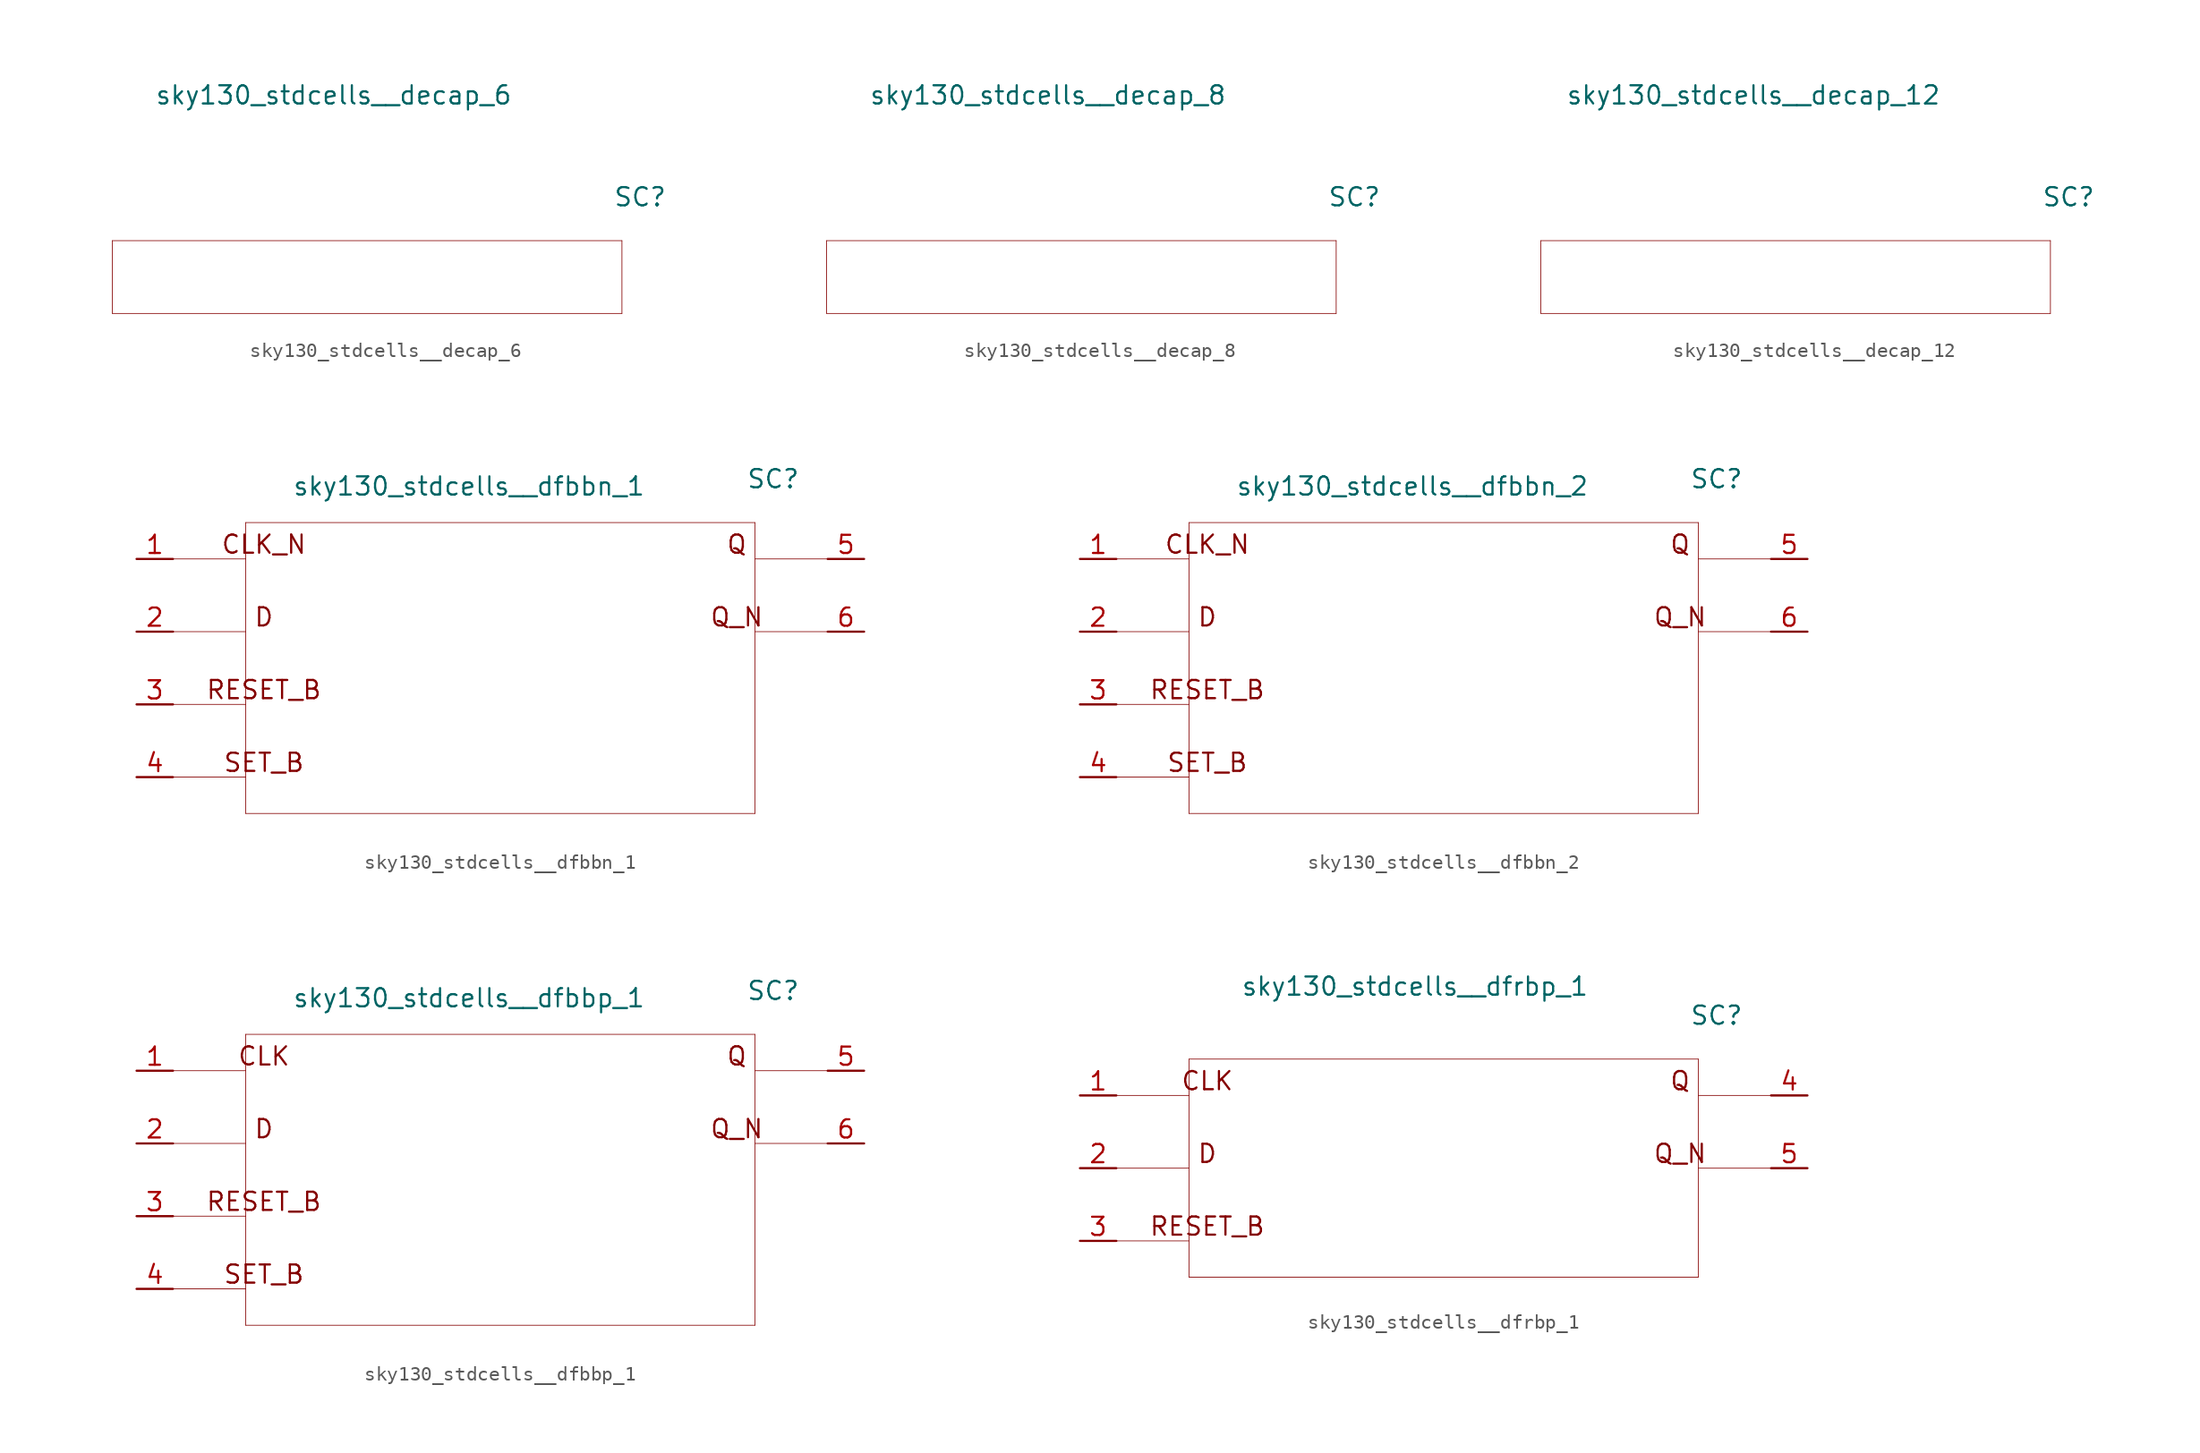
<source format=kicad_sym>
(kicad_symbol_lib
  (version 20211014)
  (generator kicad_symbol_editor)
  (symbol "sky130_stdcells__decap_6"
    (pin_names hide)
    (property "Reference" "SC"
      (at 19.05 5.588 0)
      (effects (font (size 1.27 1.27))))
    (property "Value" "sky130_stdcells__decap_6"
      (at 10.16 12.7 0)
      (effects (font (size 1.27 1.27)) (justify right)))
    (symbol "sky130_stdcells__decap_6_0_0"
      (polyline (pts (xy -17.78 -2.54) (xy 17.78 -2.54)) (stroke (width 0.051) (type default) (color 0 0 0 0)) (fill (type none)))
      (polyline (pts (xy -17.78 2.54) (xy -17.78 -2.54)) (stroke (width 0.051) (type default) (color 0 0 0 0)) (fill (type none)))
      (polyline (pts (xy -17.78 2.54) (xy 17.78 2.54)) (stroke (width 0.051) (type default) (color 0 0 0 0)) (fill (type none)))
      (polyline (pts (xy 17.78 2.54) (xy 17.78 -2.54)) (stroke (width 0.051) (type default) (color 0 0 0 0)) (fill (type none)))))
  (symbol "sky130_stdcells__decap_8"
    (pin_names hide)
    (property "Reference" "SC"
      (at 19.05 5.588 0)
      (effects (font (size 1.27 1.27))))
    (property "Value" "sky130_stdcells__decap_8"
      (at 10.16 12.7 0)
      (effects (font (size 1.27 1.27)) (justify right)))
    (symbol "sky130_stdcells__decap_8_0_0"
      (polyline (pts (xy -17.78 -2.54) (xy 17.78 -2.54)) (stroke (width 0.051) (type default) (color 0 0 0 0)) (fill (type none)))
      (polyline (pts (xy -17.78 2.54) (xy -17.78 -2.54)) (stroke (width 0.051) (type default) (color 0 0 0 0)) (fill (type none)))
      (polyline (pts (xy -17.78 2.54) (xy 17.78 2.54)) (stroke (width 0.051) (type default) (color 0 0 0 0)) (fill (type none)))
      (polyline (pts (xy 17.78 2.54) (xy 17.78 -2.54)) (stroke (width 0.051) (type default) (color 0 0 0 0)) (fill (type none)))))
  (symbol "sky130_stdcells__decap_12"
    (pin_names hide)
    (property "Reference" "SC"
      (at 19.05 5.588 0)
      (effects (font (size 1.27 1.27))))
    (property "Value" "sky130_stdcells__decap_12"
      (at 10.16 12.7 0)
      (effects (font (size 1.27 1.27)) (justify right)))
    (symbol "sky130_stdcells__decap_12_0_0"
      (polyline (pts (xy -17.78 -2.54) (xy 17.78 -2.54)) (stroke (width 0.051) (type default) (color 0 0 0 0)) (fill (type none)))
      (polyline (pts (xy -17.78 2.54) (xy -17.78 -2.54)) (stroke (width 0.051) (type default) (color 0 0 0 0)) (fill (type none)))
      (polyline (pts (xy -17.78 2.54) (xy 17.78 2.54)) (stroke (width 0.051) (type default) (color 0 0 0 0)) (fill (type none)))
      (polyline (pts (xy 17.78 2.54) (xy 17.78 -2.54)) (stroke (width 0.051) (type default) (color 0 0 0 0)) (fill (type none)))))
  (symbol "sky130_stdcells__dfbbn_1"
    (pin_names hide)
    (property "Reference" "SC"
      (at 19.05 13.208 0)
      (effects (font (size 1.27 1.27))))
    (property "Value" "sky130_stdcells__dfbbn_1"
      (at 10.16 12.7 0)
      (effects (font (size 1.27 1.27)) (justify right)))
    (symbol "sky130_stdcells__dfbbn_1_0_0"
      (polyline (pts (xy -22.86 -7.62) (xy -17.78 -7.62)) (stroke (width 0.051) (type default) (color 0 0 0 0)) (fill (type none)))
      (polyline (pts (xy -22.86 -2.54) (xy -17.78 -2.54)) (stroke (width 0.051) (type default) (color 0 0 0 0)) (fill (type none)))
      (polyline (pts (xy -22.86 2.54) (xy -17.78 2.54)) (stroke (width 0.051) (type default) (color 0 0 0 0)) (fill (type none)))
      (polyline (pts (xy -22.86 7.62) (xy -17.78 7.62)) (stroke (width 0.051) (type default) (color 0 0 0 0)) (fill (type none)))
      (polyline (pts (xy -17.78 -10.16) (xy 17.78 -10.16)) (stroke (width 0.051) (type default) (color 0 0 0 0)) (fill (type none)))
      (polyline (pts (xy -17.78 10.16) (xy -17.78 -10.16)) (stroke (width 0.051) (type default) (color 0 0 0 0)) (fill (type none)))
      (polyline (pts (xy -17.78 10.16) (xy 17.78 10.16)) (stroke (width 0.051) (type default) (color 0 0 0 0)) (fill (type none)))
      (polyline (pts (xy 17.78 2.54) (xy 22.86 2.54)) (stroke (width 0.051) (type default) (color 0 0 0 0)) (fill (type none)))
      (polyline (pts (xy 17.78 7.62) (xy 22.86 7.62)) (stroke (width 0.051) (type default) (color 0 0 0 0)) (fill (type none)))
      (polyline (pts (xy 17.78 10.16) (xy 17.78 -10.16)) (stroke (width 0.051) (type default) (color 0 0 0 0)) (fill (type none)))
      (text "CLK_N" (at -16.51 8.636 0) (effects (font (size 1.27 1.27))))
      (text "D" (at -16.51 3.556 0) (effects (font (size 1.27 1.27))))
      (text "Q" (at 16.51 8.636 0) (effects (font (size 1.27 1.27))))
      (text "Q_N" (at 16.51 3.556 0) (effects (font (size 1.27 1.27))))
      (text "RESET_B" (at -16.51 -1.524 0) (effects (font (size 1.27 1.27))))
      (text "SET_B" (at -16.51 -6.604 0) (effects (font (size 1.27 1.27)))))
    (symbol "sky130_stdcells__dfbbn_1_1_1"
      (pin input line (at -25.4 7.62 0) (length 2.54) (name "CLK_N" (effects (font (size 1.092 1.092)))) (number "1" (effects (font (size 1.27 1.27)))))
      (pin input line (at -25.4 2.54 0) (length 2.54) (name "D" (effects (font (size 1.092 1.092)))) (number "2" (effects (font (size 1.27 1.27)))))
      (pin input line (at -25.4 -2.54 0) (length 2.54) (name "RESET_B" (effects (font (size 1.092 1.092)))) (number "3" (effects (font (size 1.27 1.27)))))
      (pin input line (at -25.4 -7.62 0) (length 2.54) (name "SET_B" (effects (font (size 1.092 1.092)))) (number "4" (effects (font (size 1.27 1.27)))))
      (pin output line (at 25.4 7.62 180) (length 2.54) (name "Q" (effects (font (size 1.092 1.092)))) (number "5" (effects (font (size 1.27 1.27)))))
      (pin output line (at 25.4 2.54 180) (length 2.54) (name "Q_N" (effects (font (size 1.092 1.092)))) (number "6" (effects (font (size 1.27 1.27)))))))
  (symbol "sky130_stdcells__dfbbn_2"
    (pin_names hide)
    (property "Reference" "SC"
      (at 19.05 13.208 0)
      (effects (font (size 1.27 1.27))))
    (property "Value" "sky130_stdcells__dfbbn_2"
      (at 10.16 12.7 0)
      (effects (font (size 1.27 1.27)) (justify right)))
    (symbol "sky130_stdcells__dfbbn_2_0_0"
      (polyline (pts (xy -22.86 -7.62) (xy -17.78 -7.62)) (stroke (width 0.051) (type default) (color 0 0 0 0)) (fill (type none)))
      (polyline (pts (xy -22.86 -2.54) (xy -17.78 -2.54)) (stroke (width 0.051) (type default) (color 0 0 0 0)) (fill (type none)))
      (polyline (pts (xy -22.86 2.54) (xy -17.78 2.54)) (stroke (width 0.051) (type default) (color 0 0 0 0)) (fill (type none)))
      (polyline (pts (xy -22.86 7.62) (xy -17.78 7.62)) (stroke (width 0.051) (type default) (color 0 0 0 0)) (fill (type none)))
      (polyline (pts (xy -17.78 -10.16) (xy 17.78 -10.16)) (stroke (width 0.051) (type default) (color 0 0 0 0)) (fill (type none)))
      (polyline (pts (xy -17.78 10.16) (xy -17.78 -10.16)) (stroke (width 0.051) (type default) (color 0 0 0 0)) (fill (type none)))
      (polyline (pts (xy -17.78 10.16) (xy 17.78 10.16)) (stroke (width 0.051) (type default) (color 0 0 0 0)) (fill (type none)))
      (polyline (pts (xy 17.78 2.54) (xy 22.86 2.54)) (stroke (width 0.051) (type default) (color 0 0 0 0)) (fill (type none)))
      (polyline (pts (xy 17.78 7.62) (xy 22.86 7.62)) (stroke (width 0.051) (type default) (color 0 0 0 0)) (fill (type none)))
      (polyline (pts (xy 17.78 10.16) (xy 17.78 -10.16)) (stroke (width 0.051) (type default) (color 0 0 0 0)) (fill (type none)))
      (text "CLK_N" (at -16.51 8.636 0) (effects (font (size 1.27 1.27))))
      (text "D" (at -16.51 3.556 0) (effects (font (size 1.27 1.27))))
      (text "Q" (at 16.51 8.636 0) (effects (font (size 1.27 1.27))))
      (text "Q_N" (at 16.51 3.556 0) (effects (font (size 1.27 1.27))))
      (text "RESET_B" (at -16.51 -1.524 0) (effects (font (size 1.27 1.27))))
      (text "SET_B" (at -16.51 -6.604 0) (effects (font (size 1.27 1.27)))))
    (symbol "sky130_stdcells__dfbbn_2_1_1"
      (pin input line (at -25.4 7.62 0) (length 2.54) (name "CLK_N" (effects (font (size 1.092 1.092)))) (number "1" (effects (font (size 1.27 1.27)))))
      (pin input line (at -25.4 2.54 0) (length 2.54) (name "D" (effects (font (size 1.092 1.092)))) (number "2" (effects (font (size 1.27 1.27)))))
      (pin input line (at -25.4 -2.54 0) (length 2.54) (name "RESET_B" (effects (font (size 1.092 1.092)))) (number "3" (effects (font (size 1.27 1.27)))))
      (pin input line (at -25.4 -7.62 0) (length 2.54) (name "SET_B" (effects (font (size 1.092 1.092)))) (number "4" (effects (font (size 1.27 1.27)))))
      (pin output line (at 25.4 7.62 180) (length 2.54) (name "Q" (effects (font (size 1.092 1.092)))) (number "5" (effects (font (size 1.27 1.27)))))
      (pin output line (at 25.4 2.54 180) (length 2.54) (name "Q_N" (effects (font (size 1.092 1.092)))) (number "6" (effects (font (size 1.27 1.27)))))))
  (symbol "sky130_stdcells__dfbbp_1"
    (pin_names hide)
    (property "Reference" "SC"
      (at 19.05 13.208 0)
      (effects (font (size 1.27 1.27))))
    (property "Value" "sky130_stdcells__dfbbp_1"
      (at 10.16 12.7 0)
      (effects (font (size 1.27 1.27)) (justify right)))
    (symbol "sky130_stdcells__dfbbp_1_0_0"
      (polyline (pts (xy -22.86 -7.62) (xy -17.78 -7.62)) (stroke (width 0.051) (type default) (color 0 0 0 0)) (fill (type none)))
      (polyline (pts (xy -22.86 -2.54) (xy -17.78 -2.54)) (stroke (width 0.051) (type default) (color 0 0 0 0)) (fill (type none)))
      (polyline (pts (xy -22.86 2.54) (xy -17.78 2.54)) (stroke (width 0.051) (type default) (color 0 0 0 0)) (fill (type none)))
      (polyline (pts (xy -22.86 7.62) (xy -17.78 7.62)) (stroke (width 0.051) (type default) (color 0 0 0 0)) (fill (type none)))
      (polyline (pts (xy -17.78 -10.16) (xy 17.78 -10.16)) (stroke (width 0.051) (type default) (color 0 0 0 0)) (fill (type none)))
      (polyline (pts (xy -17.78 10.16) (xy -17.78 -10.16)) (stroke (width 0.051) (type default) (color 0 0 0 0)) (fill (type none)))
      (polyline (pts (xy -17.78 10.16) (xy 17.78 10.16)) (stroke (width 0.051) (type default) (color 0 0 0 0)) (fill (type none)))
      (polyline (pts (xy 17.78 2.54) (xy 22.86 2.54)) (stroke (width 0.051) (type default) (color 0 0 0 0)) (fill (type none)))
      (polyline (pts (xy 17.78 7.62) (xy 22.86 7.62)) (stroke (width 0.051) (type default) (color 0 0 0 0)) (fill (type none)))
      (polyline (pts (xy 17.78 10.16) (xy 17.78 -10.16)) (stroke (width 0.051) (type default) (color 0 0 0 0)) (fill (type none)))
      (text "CLK" (at -16.51 8.636 0) (effects (font (size 1.27 1.27))))
      (text "D" (at -16.51 3.556 0) (effects (font (size 1.27 1.27))))
      (text "Q" (at 16.51 8.636 0) (effects (font (size 1.27 1.27))))
      (text "Q_N" (at 16.51 3.556 0) (effects (font (size 1.27 1.27))))
      (text "RESET_B" (at -16.51 -1.524 0) (effects (font (size 1.27 1.27))))
      (text "SET_B" (at -16.51 -6.604 0) (effects (font (size 1.27 1.27)))))
    (symbol "sky130_stdcells__dfbbp_1_1_1"
      (pin input line (at -25.4 7.62 0) (length 2.54) (name "CLK" (effects (font (size 1.092 1.092)))) (number "1" (effects (font (size 1.27 1.27)))))
      (pin input line (at -25.4 2.54 0) (length 2.54) (name "D" (effects (font (size 1.092 1.092)))) (number "2" (effects (font (size 1.27 1.27)))))
      (pin input line (at -25.4 -2.54 0) (length 2.54) (name "RESET_B" (effects (font (size 1.092 1.092)))) (number "3" (effects (font (size 1.27 1.27)))))
      (pin input line (at -25.4 -7.62 0) (length 2.54) (name "SET_B" (effects (font (size 1.092 1.092)))) (number "4" (effects (font (size 1.27 1.27)))))
      (pin output line (at 25.4 7.62 180) (length 2.54) (name "Q" (effects (font (size 1.092 1.092)))) (number "5" (effects (font (size 1.27 1.27)))))
      (pin output line (at 25.4 2.54 180) (length 2.54) (name "Q_N" (effects (font (size 1.092 1.092)))) (number "6" (effects (font (size 1.27 1.27)))))))
  (symbol "sky130_stdcells__dfrbp_1"
    (pin_names hide)
    (property "Reference" "SC"
      (at 19.05 10.668 0)
      (effects (font (size 1.27 1.27))))
    (property "Value" "sky130_stdcells__dfrbp_1"
      (at 10.16 12.7 0)
      (effects (font (size 1.27 1.27)) (justify right)))
    (symbol "sky130_stdcells__dfrbp_1_0_0"
      (polyline (pts (xy -22.86 -5.08) (xy -17.78 -5.08)) (stroke (width 0.051) (type default) (color 0 0 0 0)) (fill (type none)))
      (polyline (pts (xy -22.86 0) (xy -17.78 0)) (stroke (width 0.051) (type default) (color 0 0 0 0)) (fill (type none)))
      (polyline (pts (xy -22.86 5.08) (xy -17.78 5.08)) (stroke (width 0.051) (type default) (color 0 0 0 0)) (fill (type none)))
      (polyline (pts (xy -17.78 -7.62) (xy 17.78 -7.62)) (stroke (width 0.051) (type default) (color 0 0 0 0)) (fill (type none)))
      (polyline (pts (xy -17.78 7.62) (xy -17.78 -7.62)) (stroke (width 0.051) (type default) (color 0 0 0 0)) (fill (type none)))
      (polyline (pts (xy -17.78 7.62) (xy 17.78 7.62)) (stroke (width 0.051) (type default) (color 0 0 0 0)) (fill (type none)))
      (polyline (pts (xy 17.78 0) (xy 22.86 0)) (stroke (width 0.051) (type default) (color 0 0 0 0)) (fill (type none)))
      (polyline (pts (xy 17.78 5.08) (xy 22.86 5.08)) (stroke (width 0.051) (type default) (color 0 0 0 0)) (fill (type none)))
      (polyline (pts (xy 17.78 7.62) (xy 17.78 -7.62)) (stroke (width 0.051) (type default) (color 0 0 0 0)) (fill (type none)))
      (text "CLK" (at -16.51 6.096 0) (effects (font (size 1.27 1.27))))
      (text "D" (at -16.51 1.016 0) (effects (font (size 1.27 1.27))))
      (text "Q" (at 16.51 6.096 0) (effects (font (size 1.27 1.27))))
      (text "Q_N" (at 16.51 1.016 0) (effects (font (size 1.27 1.27))))
      (text "RESET_B" (at -16.51 -4.064 0) (effects (font (size 1.27 1.27)))))
    (symbol "sky130_stdcells__dfrbp_1_1_1"
      (pin input line (at -25.4 5.08 0) (length 2.54) (name "CLK" (effects (font (size 1.092 1.092)))) (number "1" (effects (font (size 1.27 1.27)))))
      (pin input line (at -25.4 0 0) (length 2.54) (name "D" (effects (font (size 1.092 1.092)))) (number "2" (effects (font (size 1.27 1.27)))))
      (pin input line (at -25.4 -5.08 0) (length 2.54) (name "RESET_B" (effects (font (size 1.092 1.092)))) (number "3" (effects (font (size 1.27 1.27)))))
      (pin output line (at 25.4 5.08 180) (length 2.54) (name "Q" (effects (font (size 1.092 1.092)))) (number "4" (effects (font (size 1.27 1.27)))))
      (pin output line (at 25.4 0 180) (length 2.54) (name "Q_N" (effects (font (size 1.092 1.092)))) (number "5" (effects (font (size 1.27 1.27))))))))
</source>
